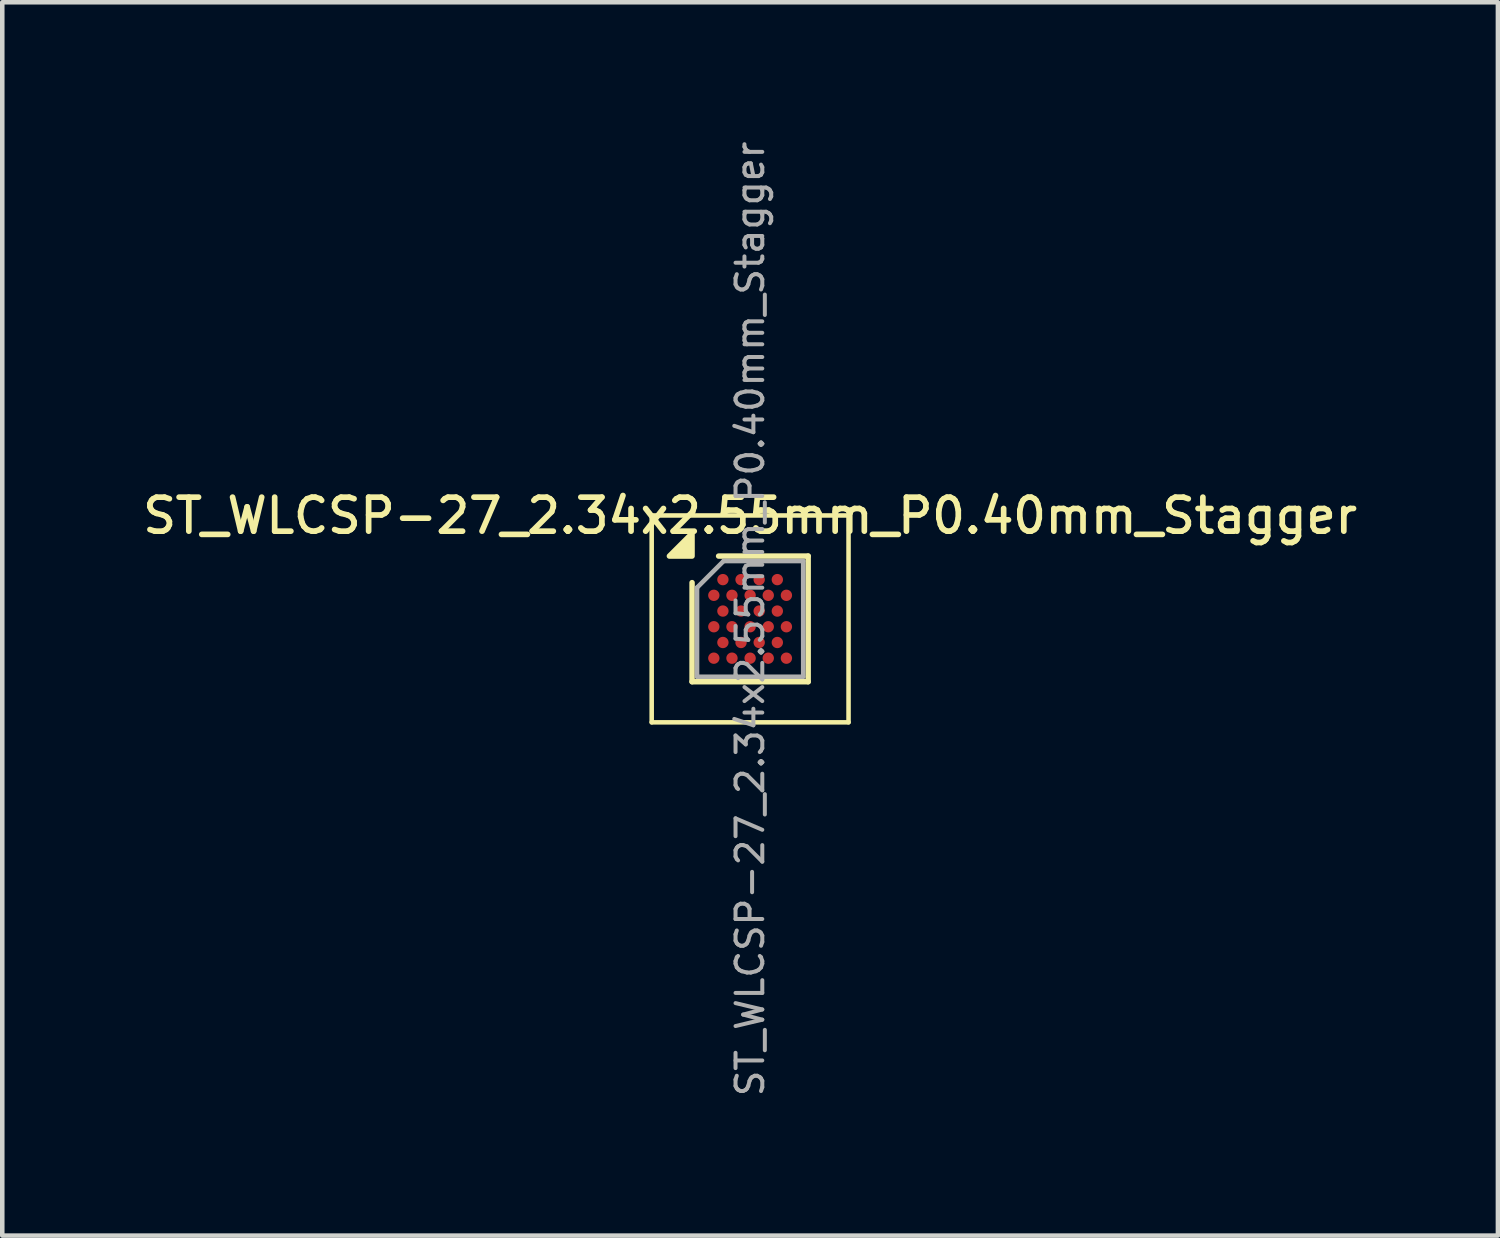
<source format=kicad_pcb>
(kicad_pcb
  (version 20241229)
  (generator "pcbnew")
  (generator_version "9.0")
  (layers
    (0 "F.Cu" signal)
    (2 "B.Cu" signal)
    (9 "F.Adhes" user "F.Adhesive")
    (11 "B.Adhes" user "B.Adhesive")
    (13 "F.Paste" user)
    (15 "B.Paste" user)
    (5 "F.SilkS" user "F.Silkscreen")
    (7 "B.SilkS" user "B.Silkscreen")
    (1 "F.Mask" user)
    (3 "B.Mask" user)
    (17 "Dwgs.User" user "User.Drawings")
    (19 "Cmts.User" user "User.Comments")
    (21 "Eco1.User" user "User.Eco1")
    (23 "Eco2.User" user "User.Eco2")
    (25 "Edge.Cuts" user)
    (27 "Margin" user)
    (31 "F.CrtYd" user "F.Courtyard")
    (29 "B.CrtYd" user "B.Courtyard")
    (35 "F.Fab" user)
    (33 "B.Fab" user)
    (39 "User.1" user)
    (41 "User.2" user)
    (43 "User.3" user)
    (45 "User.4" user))
  (footprint "ST_WLCSP-27_2.34x2.55mm_P0.40mm_Stagger"
    (layer "F.Cu")
    (at 13.488 10.595)
    (property "Reference" "ST_WLCSP-27_2.34x2.55mm_P0.40mm_Stagger" (at 0 -2.275 0) (layer "F.SilkS") (effects (font (size 0.75 0.75) (thickness 0.125))))
    (attr smd)
    (fp_line (start -2.17 -2.28) (end -2.17 2.28) (stroke (width 0.1) (type solid)) (layer "F.SilkS"))
    (fp_line (start -2.17 2.28) (end 2.17 2.28) (stroke (width 0.1) (type solid)) (layer "F.SilkS"))
    (fp_line (start -1.28 1.385) (end -1.28 -0.8) (stroke (width 0.12) (type solid)) (layer "F.SilkS"))
    (fp_line (start -0.695 -1.385) (end 1.28 -1.385) (stroke (width 0.12) (type solid)) (layer "F.SilkS"))
    (fp_line (start 1.28 -1.385) (end 1.28 1.385) (stroke (width 0.12) (type solid)) (layer "F.SilkS"))
    (fp_line (start 1.28 1.385) (end -1.28 1.385) (stroke (width 0.12) (type solid)) (layer "F.SilkS"))
    (fp_line (start 2.17 -2.28) (end -2.17 -2.28) (stroke (width 0.1) (type solid)) (layer "F.SilkS"))
    (fp_line (start 2.17 2.28) (end 2.17 -2.28) (stroke (width 0.1) (type solid)) (layer "F.SilkS"))
    (fp_poly (pts (xy -1.28 -1.385) (xy -1.78 -1.385) (xy -1.28 -1.885) (xy -1.28 -1.385)) (stroke (width 0.12) (type solid)) (fill yes) (layer "F.SilkS"))
    (fp_line (start -1.17 -0.69) (end -0.585 -1.275) (stroke (width 0.1) (type solid)) (layer "F.Fab"))
    (fp_line (start -1.17 1.275) (end -1.17 -0.69) (stroke (width 0.1) (type solid)) (layer "F.Fab"))
    (fp_line (start -0.585 -1.275) (end 1.17 -1.275) (stroke (width 0.1) (type solid)) (layer "F.Fab"))
    (fp_line (start 1.17 -1.275) (end 1.17 1.275) (stroke (width 0.1) (type solid)) (layer "F.Fab"))
    (fp_line (start 1.17 1.275) (end -1.17 1.275) (stroke (width 0.1) (type solid)) (layer "F.Fab"))
    (fp_text user "${REFERENCE}" (at 0 0 270) (layer "F.Fab") (effects (font (size 0.59 0.59) (thickness 0.088))))
    (pad "A2" smd circle (at -0.6 -0.866) (size 0.25 0.25) (property pad_prop_bga) (layers "F.Cu" "F.Mask" "F.Paste"))
    (pad "A4" smd circle (at -0.2 -0.866) (size 0.25 0.25) (property pad_prop_bga) (layers "F.Cu" "F.Mask" "F.Paste"))
    (pad "A6" smd circle (at 0.2 -0.866) (size 0.25 0.25) (property pad_prop_bga) (layers "F.Cu" "F.Mask" "F.Paste"))
    (pad "A8" smd circle (at 0.6 -0.866) (size 0.25 0.25) (property pad_prop_bga) (layers "F.Cu" "F.Mask" "F.Paste"))
    (pad "B1" smd circle (at -0.8 -0.52) (size 0.25 0.25) (property pad_prop_bga) (layers "F.Cu" "F.Mask" "F.Paste"))
    (pad "B3" smd circle (at -0.4 -0.52) (size 0.25 0.25) (property pad_prop_bga) (layers "F.Cu" "F.Mask" "F.Paste"))
    (pad "B5" smd circle (at 0 -0.52) (size 0.25 0.25) (property pad_prop_bga) (layers "F.Cu" "F.Mask" "F.Paste"))
    (pad "B7" smd circle (at 0.4 -0.52) (size 0.25 0.25) (property pad_prop_bga) (layers "F.Cu" "F.Mask" "F.Paste"))
    (pad "B9" smd circle (at 0.8 -0.52) (size 0.25 0.25) (property pad_prop_bga) (layers "F.Cu" "F.Mask" "F.Paste"))
    (pad "C2" smd circle (at -0.6 -0.173) (size 0.25 0.25) (property pad_prop_bga) (layers "F.Cu" "F.Mask" "F.Paste"))
    (pad "C4" smd circle (at -0.2 -0.173) (size 0.25 0.25) (property pad_prop_bga) (layers "F.Cu" "F.Mask" "F.Paste"))
    (pad "C6" smd circle (at 0.2 -0.173) (size 0.25 0.25) (property pad_prop_bga) (layers "F.Cu" "F.Mask" "F.Paste"))
    (pad "C8" smd circle (at 0.6 -0.173) (size 0.25 0.25) (property pad_prop_bga) (layers "F.Cu" "F.Mask" "F.Paste"))
    (pad "D1" smd circle (at -0.8 0.173) (size 0.25 0.25) (property pad_prop_bga) (layers "F.Cu" "F.Mask" "F.Paste"))
    (pad "D3" smd circle (at -0.4 0.173) (size 0.25 0.25) (property pad_prop_bga) (layers "F.Cu" "F.Mask" "F.Paste"))
    (pad "D5" smd circle (at 0 0.173) (size 0.25 0.25) (property pad_prop_bga) (layers "F.Cu" "F.Mask" "F.Paste"))
    (pad "D7" smd circle (at 0.4 0.173) (size 0.25 0.25) (property pad_prop_bga) (layers "F.Cu" "F.Mask" "F.Paste"))
    (pad "D9" smd circle (at 0.8 0.173) (size 0.25 0.25) (property pad_prop_bga) (layers "F.Cu" "F.Mask" "F.Paste"))
    (pad "E2" smd circle (at -0.6 0.52) (size 0.25 0.25) (property pad_prop_bga) (layers "F.Cu" "F.Mask" "F.Paste"))
    (pad "E4" smd circle (at -0.2 0.52) (size 0.25 0.25) (property pad_prop_bga) (layers "F.Cu" "F.Mask" "F.Paste"))
    (pad "E6" smd circle (at 0.2 0.52) (size 0.25 0.25) (property pad_prop_bga) (layers "F.Cu" "F.Mask" "F.Paste"))
    (pad "E8" smd circle (at 0.6 0.52) (size 0.25 0.25) (property pad_prop_bga) (layers "F.Cu" "F.Mask" "F.Paste"))
    (pad "F1" smd circle (at -0.8 0.866) (size 0.25 0.25) (property pad_prop_bga) (layers "F.Cu" "F.Mask" "F.Paste"))
    (pad "F3" smd circle (at -0.4 0.866) (size 0.25 0.25) (property pad_prop_bga) (layers "F.Cu" "F.Mask" "F.Paste"))
    (pad "F5" smd circle (at 0 0.866) (size 0.25 0.25) (property pad_prop_bga) (layers "F.Cu" "F.Mask" "F.Paste"))
    (pad "F7" smd circle (at 0.4 0.866) (size 0.25 0.25) (property pad_prop_bga) (layers "F.Cu" "F.Mask" "F.Paste"))
    (pad "F9" smd circle (at 0.8 0.866) (size 0.25 0.25) (property pad_prop_bga) (layers "F.Cu" "F.Mask" "F.Paste")))
  (gr_rect
    (start -3 -3)
    (end 29.975 24.191)
    (stroke (width 0.1) (type default))
    (fill no)
    (layer "Edge.Cuts")))
</source>
